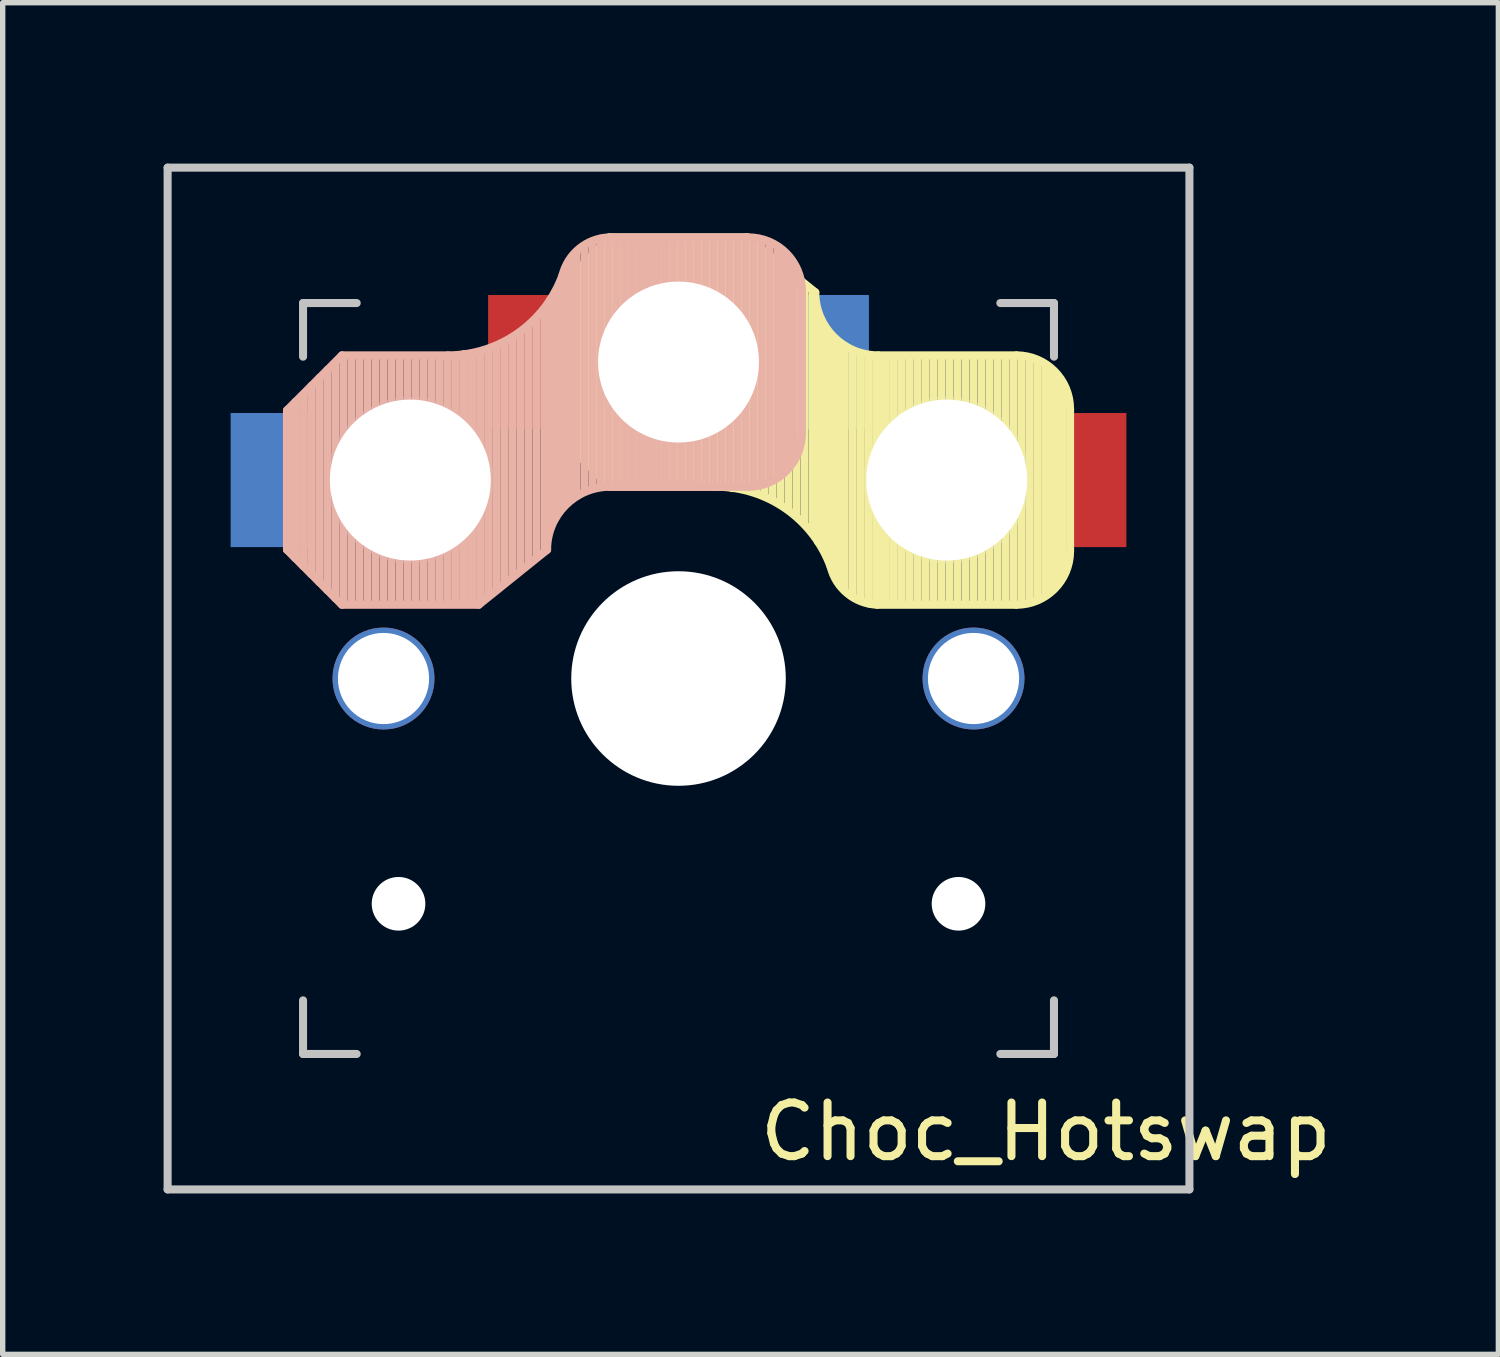
<source format=kicad_pcb>
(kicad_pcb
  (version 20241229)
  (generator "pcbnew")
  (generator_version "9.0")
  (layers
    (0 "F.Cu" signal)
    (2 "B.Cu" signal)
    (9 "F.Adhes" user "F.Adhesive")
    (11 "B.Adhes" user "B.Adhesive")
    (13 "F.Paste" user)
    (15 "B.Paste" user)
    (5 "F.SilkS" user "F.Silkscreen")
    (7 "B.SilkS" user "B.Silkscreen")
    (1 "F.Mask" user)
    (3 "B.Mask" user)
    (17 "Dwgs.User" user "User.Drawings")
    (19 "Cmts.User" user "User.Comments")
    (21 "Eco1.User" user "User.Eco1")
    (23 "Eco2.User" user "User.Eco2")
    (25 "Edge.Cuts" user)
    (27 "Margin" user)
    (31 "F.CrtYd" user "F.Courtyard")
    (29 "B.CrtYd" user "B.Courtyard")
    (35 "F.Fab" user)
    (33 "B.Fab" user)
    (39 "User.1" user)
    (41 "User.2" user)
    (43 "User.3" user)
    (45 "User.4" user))
  (footprint "Choc_Hotswap"
    (layer "F.Cu")
    (at 9.6 9.6)
    (property "Reference" "Choc_Hotswap" (at 6.85 8.45 180) (layer "F.SilkS") (effects (font (size 1 1) (thickness 0.15))))
    (attr through_hole)
    (fp_line (start -2.3 -7.2) (end -2.3 -4.6) (stroke (width 0.15) (type solid)) (layer "F.SilkS"))
    (fp_line (start -2.3 -7.2) (end -1.275 -8.225) (stroke (width 0.15) (type solid)) (layer "F.SilkS"))
    (fp_line (start -2.3 -4.6) (end -1.275 -3.575) (stroke (width 0.15) (type solid)) (layer "F.SilkS"))
    (fp_line (start -2.15 -4.45) (end -2.15 -7.35) (stroke (width 0.15) (type solid)) (layer "F.SilkS"))
    (fp_line (start -2 -4.35) (end -2 -7.5) (stroke (width 0.15) (type solid)) (layer "F.SilkS"))
    (fp_line (start -1.85 -4.15) (end -1.85 -7.65) (stroke (width 0.15) (type solid)) (layer "F.SilkS"))
    (fp_line (start -1.7 -4) (end -1.7 -7.8) (stroke (width 0.15) (type solid)) (layer "F.SilkS"))
    (fp_line (start -1.55 -3.85) (end -1.55 -7.95) (stroke (width 0.15) (type solid)) (layer "F.SilkS"))
    (fp_line (start -1.4 -3.75) (end -1.4 -8.1) (stroke (width 0.15) (type solid)) (layer "F.SilkS"))
    (fp_line (start -1.25 -3.6) (end -1.25 -8.2) (stroke (width 0.15) (type solid)) (layer "F.SilkS"))
    (fp_line (start -1.1 -3.6) (end -1.1 -8.2) (stroke (width 0.15) (type solid)) (layer "F.SilkS"))
    (fp_line (start -0.95 -3.6) (end -0.95 -8.2) (stroke (width 0.15) (type solid)) (layer "F.SilkS"))
    (fp_line (start -0.8 -3.6) (end -0.8 -8.2) (stroke (width 0.15) (type solid)) (layer "F.SilkS"))
    (fp_line (start -0.65 -3.6) (end -0.65 -8.2) (stroke (width 0.15) (type solid)) (layer "F.SilkS"))
    (fp_line (start -0.5 -3.6) (end -0.5 -8.2) (stroke (width 0.15) (type solid)) (layer "F.SilkS"))
    (fp_line (start -0.35 -3.6) (end -0.35 -8.2) (stroke (width 0.15) (type solid)) (layer "F.SilkS"))
    (fp_line (start -0.2 -3.6) (end -0.2 -8.2) (stroke (width 0.15) (type solid)) (layer "F.SilkS"))
    (fp_line (start -0.05 -3.6) (end -0.05 -8.2) (stroke (width 0.15) (type solid)) (layer "F.SilkS"))
    (fp_line (start 0.1 -3.6) (end 0.1 -8.2) (stroke (width 0.15) (type solid)) (layer "F.SilkS"))
    (fp_line (start 0.25 -3.6) (end 0.25 -8.2) (stroke (width 0.15) (type solid)) (layer "F.SilkS"))
    (fp_line (start 0.4 -3.6) (end 0.4 -8.2) (stroke (width 0.15) (type solid)) (layer "F.SilkS"))
    (fp_line (start 0.55 -3.6) (end 0.55 -8.2) (stroke (width 0.15) (type solid)) (layer "F.SilkS"))
    (fp_line (start 0.7 -3.6) (end 0.7 -8.2) (stroke (width 0.15) (type solid)) (layer "F.SilkS"))
    (fp_line (start 0.7 -3.575) (end -1.275 -3.575) (stroke (width 0.15) (type solid)) (layer "F.SilkS"))
    (fp_line (start 0.85 -3.6) (end 0.85 -8.15) (stroke (width 0.15) (type solid)) (layer "F.SilkS"))
    (fp_line (start 1 -3.55) (end 1 -8.2) (stroke (width 0.15) (type solid)) (layer "F.SilkS"))
    (fp_line (start 1.15 -3.55) (end 1.15 -8.2) (stroke (width 0.15) (type solid)) (layer "F.SilkS"))
    (fp_line (start 1.275 -8.225) (end -1.275 -8.225) (stroke (width 0.15) (type solid)) (layer "F.SilkS"))
    (fp_line (start 1.275 -8.225) (end 2.55 -7.2) (stroke (width 0.15) (type solid)) (layer "F.SilkS"))
    (fp_line (start 1.3 -3.55) (end 1.3 -8.15) (stroke (width 0.15) (type solid)) (layer "F.SilkS"))
    (fp_line (start 1.45 -3.5) (end 1.45 -8.05) (stroke (width 0.15) (type solid)) (layer "F.SilkS"))
    (fp_line (start 1.6 -3.4) (end 1.6 -7.95) (stroke (width 0.15) (type solid)) (layer "F.SilkS"))
    (fp_line (start 1.75 -3.35) (end 1.75 -7.8) (stroke (width 0.15) (type solid)) (layer "F.SilkS"))
    (fp_line (start 1.9 -3.25) (end 1.9 -7.7) (stroke (width 0.15) (type solid)) (layer "F.SilkS"))
    (fp_line (start 2.05 -3.15) (end 2.05 -7.55) (stroke (width 0.15) (type solid)) (layer "F.SilkS"))
    (fp_line (start 2.2 -3.05) (end 2.2 -7.45) (stroke (width 0.15) (type solid)) (layer "F.SilkS"))
    (fp_line (start 2.35 -2.9) (end 2.35 -7.35) (stroke (width 0.15) (type solid)) (layer "F.SilkS"))
    (fp_line (start 2.5 -2.75) (end 2.5 -7.2) (stroke (width 0.15) (type solid)) (layer "F.SilkS"))
    (fp_line (start 2.6 -2.55) (end 2.6 -6.7) (stroke (width 0.15) (type solid)) (layer "F.SilkS"))
    (fp_line (start 2.7 -2.4) (end 2.7 -6.55) (stroke (width 0.15) (type solid)) (layer "F.SilkS"))
    (fp_line (start 2.8 -2.2) (end 2.8 -6.35) (stroke (width 0.15) (type solid)) (layer "F.SilkS"))
    (fp_line (start 2.9 -2.05) (end 2.9 -6.25) (stroke (width 0.15) (type solid)) (layer "F.SilkS"))
    (fp_line (start 3 -1.8) (end 3 -6.2) (stroke (width 0.15) (type solid)) (layer "F.SilkS"))
    (fp_line (start 3.1 -1.65) (end 3.1 -6.15) (stroke (width 0.15) (type solid)) (layer "F.SilkS"))
    (fp_line (start 3.25 -1.55) (end 3.25 -6.1) (stroke (width 0.15) (type solid)) (layer "F.SilkS"))
    (fp_line (start 3.4 -1.45) (end 3.4 -6) (stroke (width 0.15) (type solid)) (layer "F.SilkS"))
    (fp_line (start 3.55 -1.4) (end 3.55 -6) (stroke (width 0.15) (type solid)) (layer "F.SilkS"))
    (fp_line (start 3.7 -1.4) (end 3.7 -6) (stroke (width 0.15) (type solid)) (layer "F.SilkS"))
    (fp_line (start 3.85 -1.4) (end 3.85 -5.95) (stroke (width 0.15) (type solid)) (layer "F.SilkS"))
    (fp_line (start 4 -1.4) (end 4 -6) (stroke (width 0.15) (type solid)) (layer "F.SilkS"))
    (fp_line (start 4.15 -1.4) (end 4.15 -6) (stroke (width 0.15) (type solid)) (layer "F.SilkS"))
    (fp_line (start 4.3 -1.4) (end 4.3 -6) (stroke (width 0.15) (type solid)) (layer "F.SilkS"))
    (fp_line (start 4.45 -1.4) (end 4.45 -6) (stroke (width 0.15) (type solid)) (layer "F.SilkS"))
    (fp_line (start 4.6 -1.4) (end 4.6 -6) (stroke (width 0.15) (type solid)) (layer "F.SilkS"))
    (fp_line (start 4.75 -1.4) (end 4.75 -6) (stroke (width 0.15) (type solid)) (layer "F.SilkS"))
    (fp_line (start 4.9 -1.4) (end 4.9 -6) (stroke (width 0.15) (type solid)) (layer "F.SilkS"))
    (fp_line (start 5.05 -1.4) (end 5.05 -6) (stroke (width 0.15) (type solid)) (layer "F.SilkS"))
    (fp_line (start 5.2 -1.4) (end 5.2 -6) (stroke (width 0.15) (type solid)) (layer "F.SilkS"))
    (fp_line (start 5.35 -1.4) (end 5.35 -6) (stroke (width 0.15) (type solid)) (layer "F.SilkS"))
    (fp_line (start 5.5 -1.4) (end 5.5 -6) (stroke (width 0.15) (type solid)) (layer "F.SilkS"))
    (fp_line (start 5.65 -1.4) (end 5.65 -6) (stroke (width 0.15) (type solid)) (layer "F.SilkS"))
    (fp_line (start 5.8 -1.4) (end 5.8 -6) (stroke (width 0.15) (type solid)) (layer "F.SilkS"))
    (fp_line (start 5.95 -1.4) (end 5.95 -6) (stroke (width 0.15) (type solid)) (layer "F.SilkS"))
    (fp_line (start 6.1 -1.4) (end 6.1 -6) (stroke (width 0.15) (type solid)) (layer "F.SilkS"))
    (fp_line (start 6.25 -1.4) (end 6.25 -6) (stroke (width 0.15) (type solid)) (layer "F.SilkS"))
    (fp_line (start 6.3 -6.025) (end 3.725 -6.025) (stroke (width 0.15) (type solid)) (layer "F.SilkS"))
    (fp_line (start 6.3 -1.375) (end 3.7 -1.375) (stroke (width 0.15) (type solid)) (layer "F.SilkS"))
    (fp_line (start 6.4 -1.4) (end 6.4 -5.95) (stroke (width 0.15) (type solid)) (layer "F.SilkS"))
    (fp_line (start 6.55 -1.45) (end 6.55 -5.95) (stroke (width 0.15) (type solid)) (layer "F.SilkS"))
    (fp_line (start 6.7 -1.5) (end 6.7 -5.9) (stroke (width 0.15) (type solid)) (layer "F.SilkS"))
    (fp_line (start 6.85 -1.6) (end 6.85 -5.8) (stroke (width 0.15) (type solid)) (layer "F.SilkS"))
    (fp_line (start 6.95 -1.7) (end 6.95 -5.65) (stroke (width 0.15) (type solid)) (layer "F.SilkS"))
    (fp_line (start 7.05 -1.8) (end 7.05 -5.55) (stroke (width 0.15) (type solid)) (layer "F.SilkS"))
    (fp_line (start 7.15 -1.95) (end 7.15 -5.5) (stroke (width 0.15) (type solid)) (layer "F.SilkS"))
    (fp_line (start 7.3 -5.025) (end 7.3 -2.375) (stroke (width 0.15) (type solid)) (layer "F.SilkS"))
    (fp_arc (start 0.7 -3.575) (mid 2.004886 -3.163571) (end 2.837801 -2.078096) (stroke (width 0.15) (type solid)) (layer "F.SilkS"))
    (fp_arc (start 3.699005 -1.376209) (mid 3.151716 -1.583979) (end 2.837801 -2.078096) (stroke (width 0.15) (type solid)) (layer "F.SilkS"))
    (fp_arc (start 3.725 -6.025) (mid 2.89415 -6.36915) (end 2.55 -7.2) (stroke (width 0.15) (type solid)) (layer "F.SilkS"))
    (fp_arc (start 6.3 -6.025) (mid 7.007107 -5.732107) (end 7.3 -5.025) (stroke (width 0.15) (type solid)) (layer "F.SilkS"))
    (fp_arc (start 7.3 -2.375) (mid 7.007107 -1.667893) (end 6.3 -1.375) (stroke (width 0.15) (type solid)) (layer "F.SilkS"))
    (fp_line (start -7.3 -5) (end -6.275 -6.025) (stroke (width 0.15) (type solid)) (layer "B.SilkS"))
    (fp_line (start -7.3 -2.4) (end -7.3 -5) (stroke (width 0.15) (type solid)) (layer "B.SilkS"))
    (fp_line (start -7.3 -2.4) (end -6.275 -1.375) (stroke (width 0.15) (type solid)) (layer "B.SilkS"))
    (fp_line (start -7.15 -5.15) (end -7.15 -2.25) (stroke (width 0.15) (type solid)) (layer "B.SilkS"))
    (fp_line (start -7 -5.25) (end -7 -2.1) (stroke (width 0.15) (type solid)) (layer "B.SilkS"))
    (fp_line (start -6.85 -5.45) (end -6.85 -1.95) (stroke (width 0.15) (type solid)) (layer "B.SilkS"))
    (fp_line (start -6.7 -5.6) (end -6.7 -1.8) (stroke (width 0.15) (type solid)) (layer "B.SilkS"))
    (fp_line (start -6.55 -5.75) (end -6.55 -1.65) (stroke (width 0.15) (type solid)) (layer "B.SilkS"))
    (fp_line (start -6.4 -5.85) (end -6.4 -1.5) (stroke (width 0.15) (type solid)) (layer "B.SilkS"))
    (fp_line (start -6.25 -6) (end -6.25 -1.4) (stroke (width 0.15) (type solid)) (layer "B.SilkS"))
    (fp_line (start -6.1 -6) (end -6.1 -1.4) (stroke (width 0.15) (type solid)) (layer "B.SilkS"))
    (fp_line (start -5.95 -6) (end -5.95 -1.4) (stroke (width 0.15) (type solid)) (layer "B.SilkS"))
    (fp_line (start -5.8 -6) (end -5.8 -1.4) (stroke (width 0.15) (type solid)) (layer "B.SilkS"))
    (fp_line (start -5.65 -6) (end -5.65 -1.4) (stroke (width 0.15) (type solid)) (layer "B.SilkS"))
    (fp_line (start -5.5 -6) (end -5.5 -1.4) (stroke (width 0.15) (type solid)) (layer "B.SilkS"))
    (fp_line (start -5.35 -6) (end -5.35 -1.4) (stroke (width 0.15) (type solid)) (layer "B.SilkS"))
    (fp_line (start -5.2 -6) (end -5.2 -1.4) (stroke (width 0.15) (type solid)) (layer "B.SilkS"))
    (fp_line (start -5.05 -6) (end -5.05 -1.4) (stroke (width 0.15) (type solid)) (layer "B.SilkS"))
    (fp_line (start -4.9 -6) (end -4.9 -1.4) (stroke (width 0.15) (type solid)) (layer "B.SilkS"))
    (fp_line (start -4.75 -6) (end -4.75 -1.4) (stroke (width 0.15) (type solid)) (layer "B.SilkS"))
    (fp_line (start -4.6 -6) (end -4.6 -1.4) (stroke (width 0.15) (type solid)) (layer "B.SilkS"))
    (fp_line (start -4.45 -6) (end -4.45 -1.4) (stroke (width 0.15) (type solid)) (layer "B.SilkS"))
    (fp_line (start -4.3 -6.025) (end -6.275 -6.025) (stroke (width 0.15) (type solid)) (layer "B.SilkS"))
    (fp_line (start -4.3 -6) (end -4.3 -1.4) (stroke (width 0.15) (type solid)) (layer "B.SilkS"))
    (fp_line (start -4.15 -6) (end -4.15 -1.45) (stroke (width 0.15) (type solid)) (layer "B.SilkS"))
    (fp_line (start -4 -6.05) (end -4 -1.4) (stroke (width 0.15) (type solid)) (layer "B.SilkS"))
    (fp_line (start -3.85 -6.05) (end -3.85 -1.4) (stroke (width 0.15) (type solid)) (layer "B.SilkS"))
    (fp_line (start -3.725 -1.375) (end -6.275 -1.375) (stroke (width 0.15) (type solid)) (layer "B.SilkS"))
    (fp_line (start -3.725 -1.375) (end -2.45 -2.4) (stroke (width 0.15) (type solid)) (layer "B.SilkS"))
    (fp_line (start -3.7 -6.05) (end -3.7 -1.45) (stroke (width 0.15) (type solid)) (layer "B.SilkS"))
    (fp_line (start -3.55 -6.1) (end -3.55 -1.55) (stroke (width 0.15) (type solid)) (layer "B.SilkS"))
    (fp_line (start -3.4 -6.2) (end -3.4 -1.65) (stroke (width 0.15) (type solid)) (layer "B.SilkS"))
    (fp_line (start -3.25 -6.25) (end -3.25 -1.8) (stroke (width 0.15) (type solid)) (layer "B.SilkS"))
    (fp_line (start -3.1 -6.35) (end -3.1 -1.9) (stroke (width 0.15) (type solid)) (layer "B.SilkS"))
    (fp_line (start -2.95 -6.45) (end -2.95 -2.05) (stroke (width 0.15) (type solid)) (layer "B.SilkS"))
    (fp_line (start -2.8 -6.55) (end -2.8 -2.15) (stroke (width 0.15) (type solid)) (layer "B.SilkS"))
    (fp_line (start -2.65 -6.7) (end -2.65 -2.25) (stroke (width 0.15) (type solid)) (layer "B.SilkS"))
    (fp_line (start -2.5 -6.85) (end -2.5 -2.4) (stroke (width 0.15) (type solid)) (layer "B.SilkS"))
    (fp_line (start -2.4 -7.05) (end -2.4 -2.9) (stroke (width 0.15) (type solid)) (layer "B.SilkS"))
    (fp_line (start -2.3 -7.2) (end -2.3 -3.05) (stroke (width 0.15) (type solid)) (layer "B.SilkS"))
    (fp_line (start -2.2 -7.4) (end -2.2 -3.25) (stroke (width 0.15) (type solid)) (layer "B.SilkS"))
    (fp_line (start -2.1 -7.55) (end -2.1 -3.35) (stroke (width 0.15) (type solid)) (layer "B.SilkS"))
    (fp_line (start -2 -7.8) (end -2 -3.4) (stroke (width 0.15) (type solid)) (layer "B.SilkS"))
    (fp_line (start -1.9 -7.95) (end -1.9 -3.45) (stroke (width 0.15) (type solid)) (layer "B.SilkS"))
    (fp_line (start -1.75 -8.05) (end -1.75 -3.5) (stroke (width 0.15) (type solid)) (layer "B.SilkS"))
    (fp_line (start -1.6 -8.15) (end -1.6 -3.6) (stroke (width 0.15) (type solid)) (layer "B.SilkS"))
    (fp_line (start -1.45 -8.2) (end -1.45 -3.6) (stroke (width 0.15) (type solid)) (layer "B.SilkS"))
    (fp_line (start -1.3 -8.2) (end -1.3 -3.6) (stroke (width 0.15) (type solid)) (layer "B.SilkS"))
    (fp_line (start -1.15 -8.2) (end -1.15 -3.65) (stroke (width 0.15) (type solid)) (layer "B.SilkS"))
    (fp_line (start -1 -8.2) (end -1 -3.6) (stroke (width 0.15) (type solid)) (layer "B.SilkS"))
    (fp_line (start -0.85 -8.2) (end -0.85 -3.6) (stroke (width 0.15) (type solid)) (layer "B.SilkS"))
    (fp_line (start -0.7 -8.2) (end -0.7 -3.6) (stroke (width 0.15) (type solid)) (layer "B.SilkS"))
    (fp_line (start -0.55 -8.2) (end -0.55 -3.6) (stroke (width 0.15) (type solid)) (layer "B.SilkS"))
    (fp_line (start -0.4 -8.2) (end -0.4 -3.6) (stroke (width 0.15) (type solid)) (layer "B.SilkS"))
    (fp_line (start -0.25 -8.2) (end -0.25 -3.6) (stroke (width 0.15) (type solid)) (layer "B.SilkS"))
    (fp_line (start -0.1 -8.2) (end -0.1 -3.6) (stroke (width 0.15) (type solid)) (layer "B.SilkS"))
    (fp_line (start 0.05 -8.2) (end 0.05 -3.6) (stroke (width 0.15) (type solid)) (layer "B.SilkS"))
    (fp_line (start 0.2 -8.2) (end 0.2 -3.6) (stroke (width 0.15) (type solid)) (layer "B.SilkS"))
    (fp_line (start 0.35 -8.2) (end 0.35 -3.6) (stroke (width 0.15) (type solid)) (layer "B.SilkS"))
    (fp_line (start 0.5 -8.2) (end 0.5 -3.6) (stroke (width 0.15) (type solid)) (layer "B.SilkS"))
    (fp_line (start 0.65 -8.2) (end 0.65 -3.6) (stroke (width 0.15) (type solid)) (layer "B.SilkS"))
    (fp_line (start 0.8 -8.2) (end 0.8 -3.6) (stroke (width 0.15) (type solid)) (layer "B.SilkS"))
    (fp_line (start 0.95 -8.2) (end 0.95 -3.6) (stroke (width 0.15) (type solid)) (layer "B.SilkS"))
    (fp_line (start 1.1 -8.2) (end 1.1 -3.6) (stroke (width 0.15) (type solid)) (layer "B.SilkS"))
    (fp_line (start 1.25 -8.2) (end 1.25 -3.6) (stroke (width 0.15) (type solid)) (layer "B.SilkS"))
    (fp_line (start 1.3 -8.225) (end -1.3 -8.225) (stroke (width 0.15) (type solid)) (layer "B.SilkS"))
    (fp_line (start 1.3 -3.575) (end -1.275 -3.575) (stroke (width 0.15) (type solid)) (layer "B.SilkS"))
    (fp_line (start 1.4 -8.2) (end 1.4 -3.65) (stroke (width 0.15) (type solid)) (layer "B.SilkS"))
    (fp_line (start 1.55 -8.15) (end 1.55 -3.65) (stroke (width 0.15) (type solid)) (layer "B.SilkS"))
    (fp_line (start 1.7 -8.1) (end 1.7 -3.7) (stroke (width 0.15) (type solid)) (layer "B.SilkS"))
    (fp_line (start 1.85 -8) (end 1.85 -3.8) (stroke (width 0.15) (type solid)) (layer "B.SilkS"))
    (fp_line (start 1.95 -7.9) (end 1.95 -3.95) (stroke (width 0.15) (type solid)) (layer "B.SilkS"))
    (fp_line (start 2.05 -7.8) (end 2.05 -4.05) (stroke (width 0.15) (type solid)) (layer "B.SilkS"))
    (fp_line (start 2.15 -7.65) (end 2.15 -4.1) (stroke (width 0.15) (type solid)) (layer "B.SilkS"))
    (fp_line (start 2.3 -4.575) (end 2.3 -7.225) (stroke (width 0.15) (type solid)) (layer "B.SilkS"))
    (fp_arc (start -2.45 -2.4) (mid -2.10585 -3.23085) (end -1.275 -3.575) (stroke (width 0.15) (type solid)) (layer "B.SilkS"))
    (fp_arc (start -2.162199 -7.521904) (mid -2.995113 -6.436429) (end -4.3 -6.025) (stroke (width 0.15) (type solid)) (layer "B.SilkS"))
    (fp_arc (start -2.162199 -7.521904) (mid -1.848284 -8.016021) (end -1.300995 -8.223791) (stroke (width 0.15) (type solid)) (layer "B.SilkS"))
    (fp_arc (start 1.3 -8.225) (mid 2.007107 -7.932107) (end 2.3 -7.225) (stroke (width 0.15) (type solid)) (layer "B.SilkS"))
    (fp_arc (start 2.3 -4.575) (mid 2.007107 -3.867893) (end 1.3 -3.575) (stroke (width 0.15) (type solid)) (layer "B.SilkS"))
    (fp_line (start -9.525 -9.525) (end -9.525 9.525) (stroke (width 0.15) (type solid)) (layer "Dwgs.User"))
    (fp_line (start -9.525 9.525) (end 9.525 9.525) (stroke (width 0.15) (type solid)) (layer "Dwgs.User"))
    (fp_line (start -7 -7) (end -7 -6) (stroke (width 0.15) (type solid)) (layer "Dwgs.User"))
    (fp_line (start -7 6) (end -7 7) (stroke (width 0.15) (type solid)) (layer "Dwgs.User"))
    (fp_line (start -7 7) (end -6 7) (stroke (width 0.15) (type solid)) (layer "Dwgs.User"))
    (fp_line (start -6 -7) (end -7 -7) (stroke (width 0.15) (type solid)) (layer "Dwgs.User"))
    (fp_line (start 6 -7) (end 7 -7) (stroke (width 0.15) (type solid)) (layer "Dwgs.User"))
    (fp_line (start 7 -7) (end 7 -6) (stroke (width 0.15) (type solid)) (layer "Dwgs.User"))
    (fp_line (start 7 6) (end 7 7) (stroke (width 0.15) (type solid)) (layer "Dwgs.User"))
    (fp_line (start 7 7) (end 6 7) (stroke (width 0.15) (type solid)) (layer "Dwgs.User"))
    (fp_line (start 9.525 -9.525) (end -9.525 -9.525) (stroke (width 0.15) (type solid)) (layer "Dwgs.User"))
    (fp_line (start 9.525 9.525) (end 9.525 -9.525) (stroke (width 0.15) (type solid)) (layer "Dwgs.User"))
    (pad "" np_thru_hole circle (at -5.5 0 90) (size 1.9 1.9) (drill 1.7) (layers "*.Cu" "*.Mask"))
    (pad "" np_thru_hole circle (at -5.22 4.2) (size 1 1) (drill 1) (layers "*.Cu" "*.Mask"))
    (pad "" np_thru_hole circle (at -5 -3.7 90) (size 3.1 3.1) (drill 3) (layers "*.Cu" "*.Mask"))
    (pad "" np_thru_hole circle (at 0 -5.9 90) (size 3.1 3.1) (drill 3) (layers "*.Cu" "*.Mask"))
    (pad "" np_thru_hole circle (at 0 0 90) (size 4 4) (drill 4) (layers "*.Cu" "*.Mask"))
    (pad "" np_thru_hole circle (at 5 -3.7 270) (size 3.1 3.1) (drill 3) (layers "*.Cu" "*.Mask"))
    (pad "" np_thru_hole circle (at 5.22 4.2) (size 1 1) (drill 1) (layers "*.Cu" "*.Mask"))
    (pad "" np_thru_hole circle (at 5.5 0 90) (size 1.9 1.9) (drill 1.7) (layers "*.Cu" "*.Mask"))
    (pad "1" smd rect (at -7.6 -3.7) (size 1.5 2.5) (layers "B.Cu" "B.Mask" "B.Paste"))
    (pad "1" smd rect (at 7.6 -3.7) (size 1.5 2.5) (layers "F.Cu" "F.Mask" "F.Paste"))
    (pad "2" smd rect (at -2.8 -5.9) (size 1.5 2.5) (layers "F.Cu" "F.Mask" "F.Paste"))
    (pad "2" smd rect (at 2.8 -5.9) (size 1.5 2.5) (layers "B.Cu" "B.Mask" "B.Paste")))
  (gr_rect
    (start -3 -3)
    (end 24.885 22.2)
    (stroke (width 0.1) (type default))
    (fill no)
    (layer "Edge.Cuts")))
</source>
